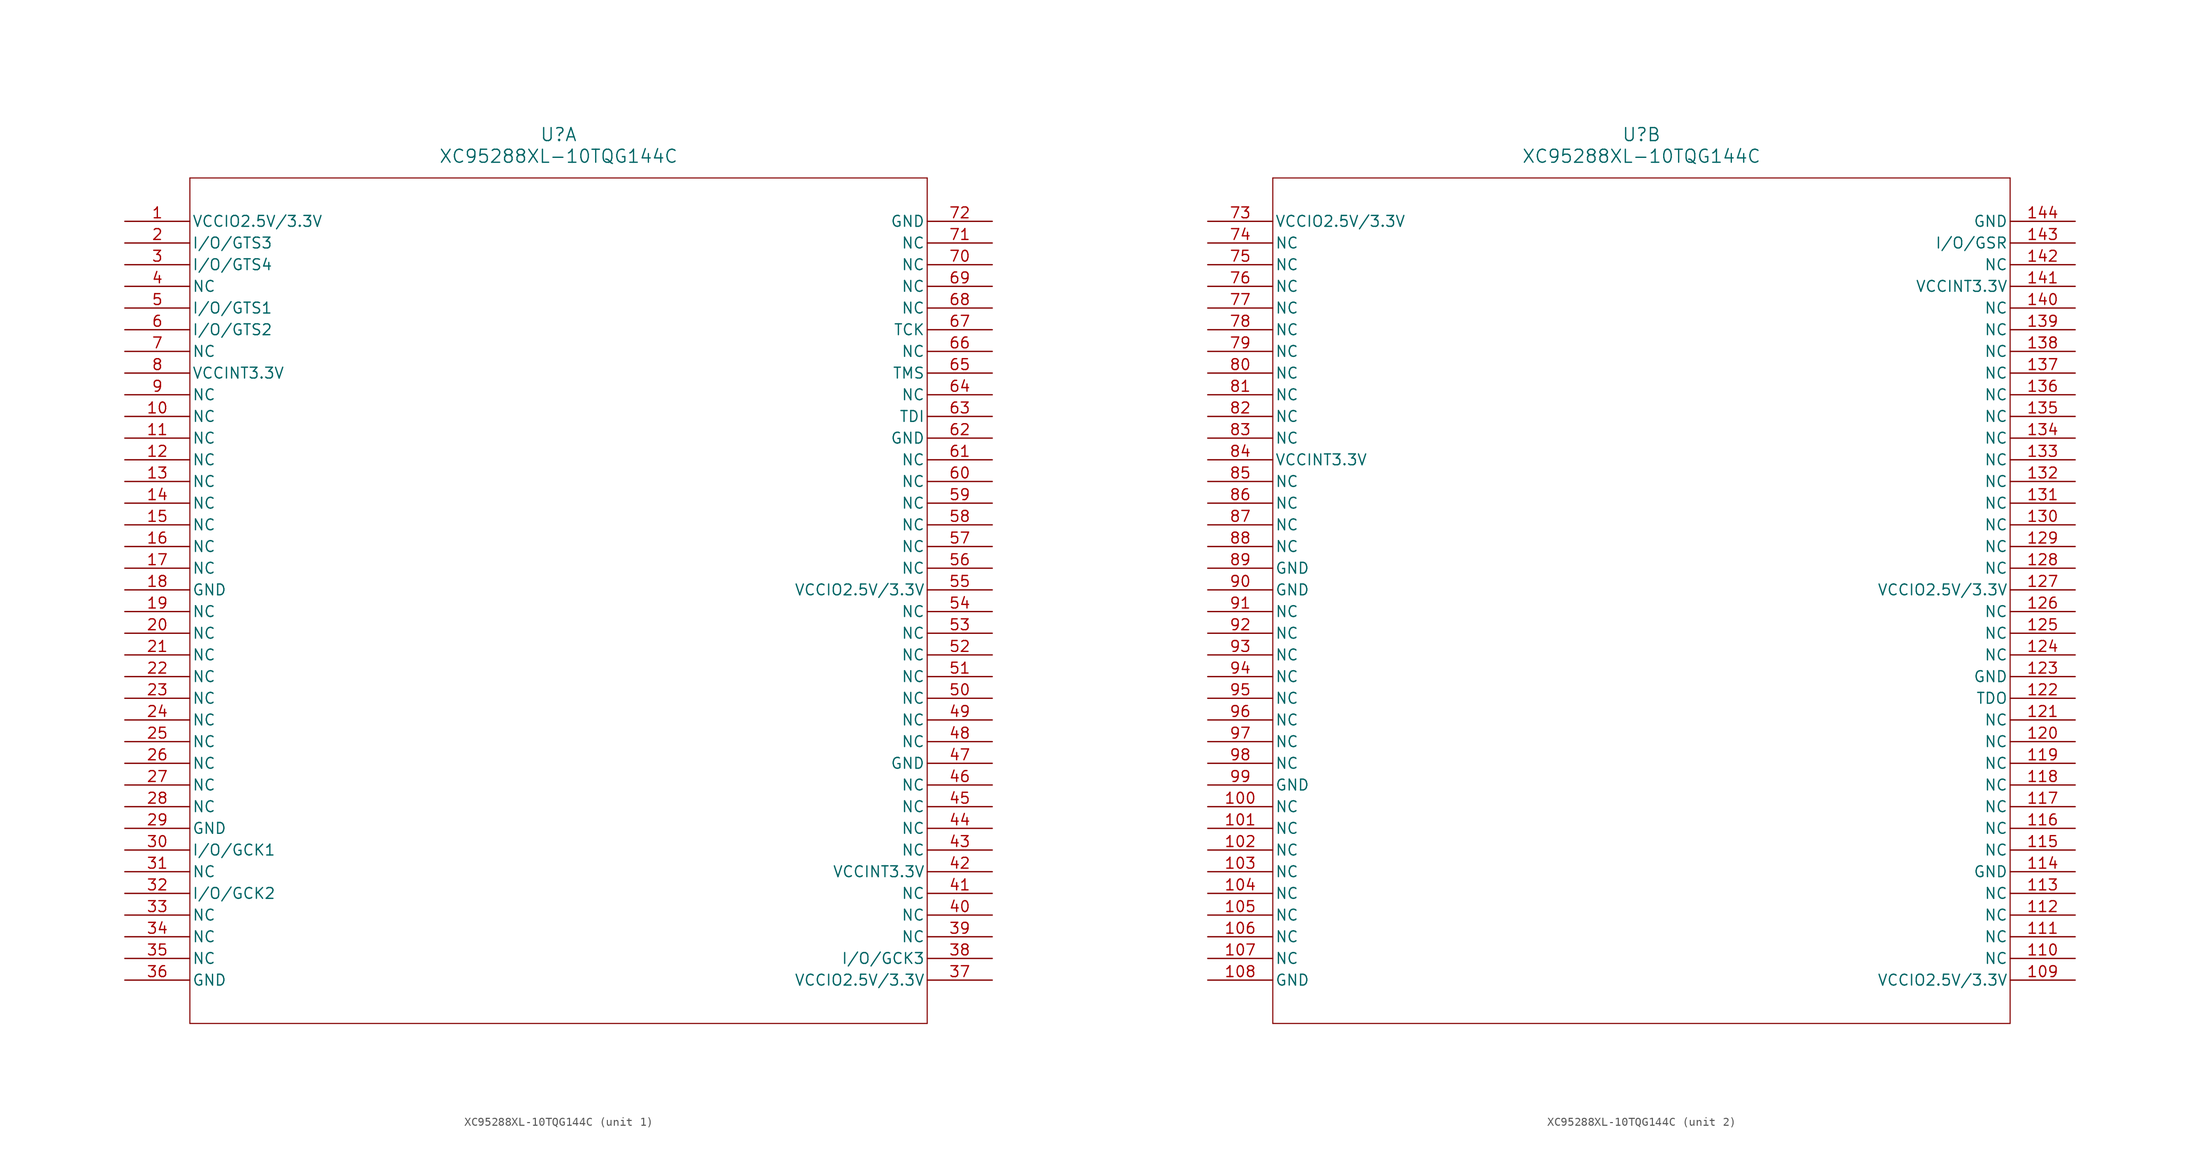
<source format=kicad_sym>
(kicad_symbol_lib
  (version 20241209)
  (generator "kicad_symbol_editor")
  (generator_version "9.0")
  (symbol "XC95288XL-10TQG144C"
    (pin_names
      (offset 0.254))
    (property "Reference" "U"
      (at 50.8 10.16 0)
      (effects (font (size 1.524 1.524))))
    (property "Value" "XC95288XL-10TQG144C"
      (at 50.8 7.62 0)
      (effects (font (size 1.524 1.524))))
    (property "ki_locked" ""
      (at 0 0 0)
      (effects (font (size 1.27 1.27))))
    (symbol "XC95288XL-10TQG144C_1_1"
      (polyline (pts (xy 7.62 5.08) (xy 7.62 -93.98)) (stroke (width 0.127) (type default)) (fill (type none)))
      (polyline (pts (xy 7.62 -93.98) (xy 93.98 -93.98)) (stroke (width 0.127) (type default)) (fill (type none)))
      (polyline (pts (xy 93.98 5.08) (xy 7.62 5.08)) (stroke (width 0.127) (type default)) (fill (type none)))
      (polyline (pts (xy 93.98 -93.98) (xy 93.98 5.08)) (stroke (width 0.127) (type default)) (fill (type none)))
      (pin power_in line (at 0 0 0) (length 7.62) (name "VCCIO2.5V/3.3V" (effects (font (size 1.27 1.27)))) (number "1" (effects (font (size 1.27 1.27)))))
      (pin bidirectional line (at 0 -2.54 0) (length 7.62) (name "I/O/GTS3" (effects (font (size 1.27 1.27)))) (number "2" (effects (font (size 1.27 1.27)))))
      (pin bidirectional line (at 0 -5.08 0) (length 7.62) (name "I/O/GTS4" (effects (font (size 1.27 1.27)))) (number "3" (effects (font (size 1.27 1.27)))))
      (pin unspecified line (at 0 -7.62 0) (length 7.62) (name "NC" (effects (font (size 1.27 1.27)))) (number "4" (effects (font (size 1.27 1.27)))))
      (pin bidirectional line (at 0 -10.16 0) (length 7.62) (name "I/O/GTS1" (effects (font (size 1.27 1.27)))) (number "5" (effects (font (size 1.27 1.27)))))
      (pin bidirectional line (at 0 -12.7 0) (length 7.62) (name "I/O/GTS2" (effects (font (size 1.27 1.27)))) (number "6" (effects (font (size 1.27 1.27)))))
      (pin unspecified line (at 0 -15.24 0) (length 7.62) (name "NC" (effects (font (size 1.27 1.27)))) (number "7" (effects (font (size 1.27 1.27)))))
      (pin power_in line (at 0 -17.78 0) (length 7.62) (name "VCCINT3.3V" (effects (font (size 1.27 1.27)))) (number "8" (effects (font (size 1.27 1.27)))))
      (pin unspecified line (at 0 -20.32 0) (length 7.62) (name "NC" (effects (font (size 1.27 1.27)))) (number "9" (effects (font (size 1.27 1.27)))))
      (pin unspecified line (at 0 -22.86 0) (length 7.62) (name "NC" (effects (font (size 1.27 1.27)))) (number "10" (effects (font (size 1.27 1.27)))))
      (pin unspecified line (at 0 -25.4 0) (length 7.62) (name "NC" (effects (font (size 1.27 1.27)))) (number "11" (effects (font (size 1.27 1.27)))))
      (pin unspecified line (at 0 -27.94 0) (length 7.62) (name "NC" (effects (font (size 1.27 1.27)))) (number "12" (effects (font (size 1.27 1.27)))))
      (pin unspecified line (at 0 -30.48 0) (length 7.62) (name "NC" (effects (font (size 1.27 1.27)))) (number "13" (effects (font (size 1.27 1.27)))))
      (pin unspecified line (at 0 -33.02 0) (length 7.62) (name "NC" (effects (font (size 1.27 1.27)))) (number "14" (effects (font (size 1.27 1.27)))))
      (pin unspecified line (at 0 -35.56 0) (length 7.62) (name "NC" (effects (font (size 1.27 1.27)))) (number "15" (effects (font (size 1.27 1.27)))))
      (pin unspecified line (at 0 -38.1 0) (length 7.62) (name "NC" (effects (font (size 1.27 1.27)))) (number "16" (effects (font (size 1.27 1.27)))))
      (pin unspecified line (at 0 -40.64 0) (length 7.62) (name "NC" (effects (font (size 1.27 1.27)))) (number "17" (effects (font (size 1.27 1.27)))))
      (pin power_in line (at 0 -43.18 0) (length 7.62) (name "GND" (effects (font (size 1.27 1.27)))) (number "18" (effects (font (size 1.27 1.27)))))
      (pin unspecified line (at 0 -45.72 0) (length 7.62) (name "NC" (effects (font (size 1.27 1.27)))) (number "19" (effects (font (size 1.27 1.27)))))
      (pin unspecified line (at 0 -48.26 0) (length 7.62) (name "NC" (effects (font (size 1.27 1.27)))) (number "20" (effects (font (size 1.27 1.27)))))
      (pin unspecified line (at 0 -50.8 0) (length 7.62) (name "NC" (effects (font (size 1.27 1.27)))) (number "21" (effects (font (size 1.27 1.27)))))
      (pin unspecified line (at 0 -53.34 0) (length 7.62) (name "NC" (effects (font (size 1.27 1.27)))) (number "22" (effects (font (size 1.27 1.27)))))
      (pin unspecified line (at 0 -55.88 0) (length 7.62) (name "NC" (effects (font (size 1.27 1.27)))) (number "23" (effects (font (size 1.27 1.27)))))
      (pin unspecified line (at 0 -58.42 0) (length 7.62) (name "NC" (effects (font (size 1.27 1.27)))) (number "24" (effects (font (size 1.27 1.27)))))
      (pin unspecified line (at 0 -60.96 0) (length 7.62) (name "NC" (effects (font (size 1.27 1.27)))) (number "25" (effects (font (size 1.27 1.27)))))
      (pin unspecified line (at 0 -63.5 0) (length 7.62) (name "NC" (effects (font (size 1.27 1.27)))) (number "26" (effects (font (size 1.27 1.27)))))
      (pin unspecified line (at 0 -66.04 0) (length 7.62) (name "NC" (effects (font (size 1.27 1.27)))) (number "27" (effects (font (size 1.27 1.27)))))
      (pin unspecified line (at 0 -68.58 0) (length 7.62) (name "NC" (effects (font (size 1.27 1.27)))) (number "28" (effects (font (size 1.27 1.27)))))
      (pin power_in line (at 0 -71.12 0) (length 7.62) (name "GND" (effects (font (size 1.27 1.27)))) (number "29" (effects (font (size 1.27 1.27)))))
      (pin bidirectional line (at 0 -73.66 0) (length 7.62) (name "I/O/GCK1" (effects (font (size 1.27 1.27)))) (number "30" (effects (font (size 1.27 1.27)))))
      (pin unspecified line (at 0 -76.2 0) (length 7.62) (name "NC" (effects (font (size 1.27 1.27)))) (number "31" (effects (font (size 1.27 1.27)))))
      (pin bidirectional line (at 0 -78.74 0) (length 7.62) (name "I/O/GCK2" (effects (font (size 1.27 1.27)))) (number "32" (effects (font (size 1.27 1.27)))))
      (pin unspecified line (at 0 -81.28 0) (length 7.62) (name "NC" (effects (font (size 1.27 1.27)))) (number "33" (effects (font (size 1.27 1.27)))))
      (pin unspecified line (at 0 -83.82 0) (length 7.62) (name "NC" (effects (font (size 1.27 1.27)))) (number "34" (effects (font (size 1.27 1.27)))))
      (pin unspecified line (at 0 -86.36 0) (length 7.62) (name "NC" (effects (font (size 1.27 1.27)))) (number "35" (effects (font (size 1.27 1.27)))))
      (pin power_in line (at 0 -88.9 0) (length 7.62) (name "GND" (effects (font (size 1.27 1.27)))) (number "36" (effects (font (size 1.27 1.27)))))
      (pin power_in line (at 101.6 0 180) (length 7.62) (name "GND" (effects (font (size 1.27 1.27)))) (number "72" (effects (font (size 1.27 1.27)))))
      (pin unspecified line (at 101.6 -2.54 180) (length 7.62) (name "NC" (effects (font (size 1.27 1.27)))) (number "71" (effects (font (size 1.27 1.27)))))
      (pin unspecified line (at 101.6 -5.08 180) (length 7.62) (name "NC" (effects (font (size 1.27 1.27)))) (number "70" (effects (font (size 1.27 1.27)))))
      (pin unspecified line (at 101.6 -7.62 180) (length 7.62) (name "NC" (effects (font (size 1.27 1.27)))) (number "69" (effects (font (size 1.27 1.27)))))
      (pin unspecified line (at 101.6 -10.16 180) (length 7.62) (name "NC" (effects (font (size 1.27 1.27)))) (number "68" (effects (font (size 1.27 1.27)))))
      (pin unspecified line (at 101.6 -12.7 180) (length 7.62) (name "TCK" (effects (font (size 1.27 1.27)))) (number "67" (effects (font (size 1.27 1.27)))))
      (pin unspecified line (at 101.6 -15.24 180) (length 7.62) (name "NC" (effects (font (size 1.27 1.27)))) (number "66" (effects (font (size 1.27 1.27)))))
      (pin unspecified line (at 101.6 -17.78 180) (length 7.62) (name "TMS" (effects (font (size 1.27 1.27)))) (number "65" (effects (font (size 1.27 1.27)))))
      (pin unspecified line (at 101.6 -20.32 180) (length 7.62) (name "NC" (effects (font (size 1.27 1.27)))) (number "64" (effects (font (size 1.27 1.27)))))
      (pin unspecified line (at 101.6 -22.86 180) (length 7.62) (name "TDI" (effects (font (size 1.27 1.27)))) (number "63" (effects (font (size 1.27 1.27)))))
      (pin power_in line (at 101.6 -25.4 180) (length 7.62) (name "GND" (effects (font (size 1.27 1.27)))) (number "62" (effects (font (size 1.27 1.27)))))
      (pin unspecified line (at 101.6 -27.94 180) (length 7.62) (name "NC" (effects (font (size 1.27 1.27)))) (number "61" (effects (font (size 1.27 1.27)))))
      (pin unspecified line (at 101.6 -30.48 180) (length 7.62) (name "NC" (effects (font (size 1.27 1.27)))) (number "60" (effects (font (size 1.27 1.27)))))
      (pin unspecified line (at 101.6 -33.02 180) (length 7.62) (name "NC" (effects (font (size 1.27 1.27)))) (number "59" (effects (font (size 1.27 1.27)))))
      (pin unspecified line (at 101.6 -35.56 180) (length 7.62) (name "NC" (effects (font (size 1.27 1.27)))) (number "58" (effects (font (size 1.27 1.27)))))
      (pin unspecified line (at 101.6 -38.1 180) (length 7.62) (name "NC" (effects (font (size 1.27 1.27)))) (number "57" (effects (font (size 1.27 1.27)))))
      (pin unspecified line (at 101.6 -40.64 180) (length 7.62) (name "NC" (effects (font (size 1.27 1.27)))) (number "56" (effects (font (size 1.27 1.27)))))
      (pin power_in line (at 101.6 -43.18 180) (length 7.62) (name "VCCIO2.5V/3.3V" (effects (font (size 1.27 1.27)))) (number "55" (effects (font (size 1.27 1.27)))))
      (pin unspecified line (at 101.6 -45.72 180) (length 7.62) (name "NC" (effects (font (size 1.27 1.27)))) (number "54" (effects (font (size 1.27 1.27)))))
      (pin unspecified line (at 101.6 -48.26 180) (length 7.62) (name "NC" (effects (font (size 1.27 1.27)))) (number "53" (effects (font (size 1.27 1.27)))))
      (pin unspecified line (at 101.6 -50.8 180) (length 7.62) (name "NC" (effects (font (size 1.27 1.27)))) (number "52" (effects (font (size 1.27 1.27)))))
      (pin unspecified line (at 101.6 -53.34 180) (length 7.62) (name "NC" (effects (font (size 1.27 1.27)))) (number "51" (effects (font (size 1.27 1.27)))))
      (pin unspecified line (at 101.6 -55.88 180) (length 7.62) (name "NC" (effects (font (size 1.27 1.27)))) (number "50" (effects (font (size 1.27 1.27)))))
      (pin unspecified line (at 101.6 -58.42 180) (length 7.62) (name "NC" (effects (font (size 1.27 1.27)))) (number "49" (effects (font (size 1.27 1.27)))))
      (pin unspecified line (at 101.6 -60.96 180) (length 7.62) (name "NC" (effects (font (size 1.27 1.27)))) (number "48" (effects (font (size 1.27 1.27)))))
      (pin power_in line (at 101.6 -63.5 180) (length 7.62) (name "GND" (effects (font (size 1.27 1.27)))) (number "47" (effects (font (size 1.27 1.27)))))
      (pin unspecified line (at 101.6 -66.04 180) (length 7.62) (name "NC" (effects (font (size 1.27 1.27)))) (number "46" (effects (font (size 1.27 1.27)))))
      (pin unspecified line (at 101.6 -68.58 180) (length 7.62) (name "NC" (effects (font (size 1.27 1.27)))) (number "45" (effects (font (size 1.27 1.27)))))
      (pin unspecified line (at 101.6 -71.12 180) (length 7.62) (name "NC" (effects (font (size 1.27 1.27)))) (number "44" (effects (font (size 1.27 1.27)))))
      (pin unspecified line (at 101.6 -73.66 180) (length 7.62) (name "NC" (effects (font (size 1.27 1.27)))) (number "43" (effects (font (size 1.27 1.27)))))
      (pin power_in line (at 101.6 -76.2 180) (length 7.62) (name "VCCINT3.3V" (effects (font (size 1.27 1.27)))) (number "42" (effects (font (size 1.27 1.27)))))
      (pin unspecified line (at 101.6 -78.74 180) (length 7.62) (name "NC" (effects (font (size 1.27 1.27)))) (number "41" (effects (font (size 1.27 1.27)))))
      (pin unspecified line (at 101.6 -81.28 180) (length 7.62) (name "NC" (effects (font (size 1.27 1.27)))) (number "40" (effects (font (size 1.27 1.27)))))
      (pin unspecified line (at 101.6 -83.82 180) (length 7.62) (name "NC" (effects (font (size 1.27 1.27)))) (number "39" (effects (font (size 1.27 1.27)))))
      (pin bidirectional line (at 101.6 -86.36 180) (length 7.62) (name "I/O/GCK3" (effects (font (size 1.27 1.27)))) (number "38" (effects (font (size 1.27 1.27)))))
      (pin power_in line (at 101.6 -88.9 180) (length 7.62) (name "VCCIO2.5V/3.3V" (effects (font (size 1.27 1.27)))) (number "37" (effects (font (size 1.27 1.27))))))
    (symbol "XC95288XL-10TQG144C_2_1"
      (polyline (pts (xy 7.62 5.08) (xy 7.62 -93.98)) (stroke (width 0.127) (type default)) (fill (type none)))
      (polyline (pts (xy 7.62 -93.98) (xy 93.98 -93.98)) (stroke (width 0.127) (type default)) (fill (type none)))
      (polyline (pts (xy 93.98 5.08) (xy 7.62 5.08)) (stroke (width 0.127) (type default)) (fill (type none)))
      (polyline (pts (xy 93.98 -93.98) (xy 93.98 5.08)) (stroke (width 0.127) (type default)) (fill (type none)))
      (pin power_in line (at 0 0 0) (length 7.62) (name "VCCIO2.5V/3.3V" (effects (font (size 1.27 1.27)))) (number "73" (effects (font (size 1.27 1.27)))))
      (pin unspecified line (at 0 -2.54 0) (length 7.62) (name "NC" (effects (font (size 1.27 1.27)))) (number "74" (effects (font (size 1.27 1.27)))))
      (pin unspecified line (at 0 -5.08 0) (length 7.62) (name "NC" (effects (font (size 1.27 1.27)))) (number "75" (effects (font (size 1.27 1.27)))))
      (pin unspecified line (at 0 -7.62 0) (length 7.62) (name "NC" (effects (font (size 1.27 1.27)))) (number "76" (effects (font (size 1.27 1.27)))))
      (pin unspecified line (at 0 -10.16 0) (length 7.62) (name "NC" (effects (font (size 1.27 1.27)))) (number "77" (effects (font (size 1.27 1.27)))))
      (pin unspecified line (at 0 -12.7 0) (length 7.62) (name "NC" (effects (font (size 1.27 1.27)))) (number "78" (effects (font (size 1.27 1.27)))))
      (pin unspecified line (at 0 -15.24 0) (length 7.62) (name "NC" (effects (font (size 1.27 1.27)))) (number "79" (effects (font (size 1.27 1.27)))))
      (pin unspecified line (at 0 -17.78 0) (length 7.62) (name "NC" (effects (font (size 1.27 1.27)))) (number "80" (effects (font (size 1.27 1.27)))))
      (pin unspecified line (at 0 -20.32 0) (length 7.62) (name "NC" (effects (font (size 1.27 1.27)))) (number "81" (effects (font (size 1.27 1.27)))))
      (pin unspecified line (at 0 -22.86 0) (length 7.62) (name "NC" (effects (font (size 1.27 1.27)))) (number "82" (effects (font (size 1.27 1.27)))))
      (pin unspecified line (at 0 -25.4 0) (length 7.62) (name "NC" (effects (font (size 1.27 1.27)))) (number "83" (effects (font (size 1.27 1.27)))))
      (pin power_in line (at 0 -27.94 0) (length 7.62) (name "VCCINT3.3V" (effects (font (size 1.27 1.27)))) (number "84" (effects (font (size 1.27 1.27)))))
      (pin unspecified line (at 0 -30.48 0) (length 7.62) (name "NC" (effects (font (size 1.27 1.27)))) (number "85" (effects (font (size 1.27 1.27)))))
      (pin unspecified line (at 0 -33.02 0) (length 7.62) (name "NC" (effects (font (size 1.27 1.27)))) (number "86" (effects (font (size 1.27 1.27)))))
      (pin unspecified line (at 0 -35.56 0) (length 7.62) (name "NC" (effects (font (size 1.27 1.27)))) (number "87" (effects (font (size 1.27 1.27)))))
      (pin unspecified line (at 0 -38.1 0) (length 7.62) (name "NC" (effects (font (size 1.27 1.27)))) (number "88" (effects (font (size 1.27 1.27)))))
      (pin power_in line (at 0 -40.64 0) (length 7.62) (name "GND" (effects (font (size 1.27 1.27)))) (number "89" (effects (font (size 1.27 1.27)))))
      (pin power_in line (at 0 -43.18 0) (length 7.62) (name "GND" (effects (font (size 1.27 1.27)))) (number "90" (effects (font (size 1.27 1.27)))))
      (pin unspecified line (at 0 -45.72 0) (length 7.62) (name "NC" (effects (font (size 1.27 1.27)))) (number "91" (effects (font (size 1.27 1.27)))))
      (pin unspecified line (at 0 -48.26 0) (length 7.62) (name "NC" (effects (font (size 1.27 1.27)))) (number "92" (effects (font (size 1.27 1.27)))))
      (pin unspecified line (at 0 -50.8 0) (length 7.62) (name "NC" (effects (font (size 1.27 1.27)))) (number "93" (effects (font (size 1.27 1.27)))))
      (pin unspecified line (at 0 -53.34 0) (length 7.62) (name "NC" (effects (font (size 1.27 1.27)))) (number "94" (effects (font (size 1.27 1.27)))))
      (pin unspecified line (at 0 -55.88 0) (length 7.62) (name "NC" (effects (font (size 1.27 1.27)))) (number "95" (effects (font (size 1.27 1.27)))))
      (pin unspecified line (at 0 -58.42 0) (length 7.62) (name "NC" (effects (font (size 1.27 1.27)))) (number "96" (effects (font (size 1.27 1.27)))))
      (pin unspecified line (at 0 -60.96 0) (length 7.62) (name "NC" (effects (font (size 1.27 1.27)))) (number "97" (effects (font (size 1.27 1.27)))))
      (pin unspecified line (at 0 -63.5 0) (length 7.62) (name "NC" (effects (font (size 1.27 1.27)))) (number "98" (effects (font (size 1.27 1.27)))))
      (pin power_in line (at 0 -66.04 0) (length 7.62) (name "GND" (effects (font (size 1.27 1.27)))) (number "99" (effects (font (size 1.27 1.27)))))
      (pin unspecified line (at 0 -68.58 0) (length 7.62) (name "NC" (effects (font (size 1.27 1.27)))) (number "100" (effects (font (size 1.27 1.27)))))
      (pin unspecified line (at 0 -71.12 0) (length 7.62) (name "NC" (effects (font (size 1.27 1.27)))) (number "101" (effects (font (size 1.27 1.27)))))
      (pin unspecified line (at 0 -73.66 0) (length 7.62) (name "NC" (effects (font (size 1.27 1.27)))) (number "102" (effects (font (size 1.27 1.27)))))
      (pin unspecified line (at 0 -76.2 0) (length 7.62) (name "NC" (effects (font (size 1.27 1.27)))) (number "103" (effects (font (size 1.27 1.27)))))
      (pin unspecified line (at 0 -78.74 0) (length 7.62) (name "NC" (effects (font (size 1.27 1.27)))) (number "104" (effects (font (size 1.27 1.27)))))
      (pin unspecified line (at 0 -81.28 0) (length 7.62) (name "NC" (effects (font (size 1.27 1.27)))) (number "105" (effects (font (size 1.27 1.27)))))
      (pin unspecified line (at 0 -83.82 0) (length 7.62) (name "NC" (effects (font (size 1.27 1.27)))) (number "106" (effects (font (size 1.27 1.27)))))
      (pin unspecified line (at 0 -86.36 0) (length 7.62) (name "NC" (effects (font (size 1.27 1.27)))) (number "107" (effects (font (size 1.27 1.27)))))
      (pin power_in line (at 0 -88.9 0) (length 7.62) (name "GND" (effects (font (size 1.27 1.27)))) (number "108" (effects (font (size 1.27 1.27)))))
      (pin power_in line (at 101.6 0 180) (length 7.62) (name "GND" (effects (font (size 1.27 1.27)))) (number "144" (effects (font (size 1.27 1.27)))))
      (pin bidirectional line (at 101.6 -2.54 180) (length 7.62) (name "I/O/GSR" (effects (font (size 1.27 1.27)))) (number "143" (effects (font (size 1.27 1.27)))))
      (pin unspecified line (at 101.6 -5.08 180) (length 7.62) (name "NC" (effects (font (size 1.27 1.27)))) (number "142" (effects (font (size 1.27 1.27)))))
      (pin power_in line (at 101.6 -7.62 180) (length 7.62) (name "VCCINT3.3V" (effects (font (size 1.27 1.27)))) (number "141" (effects (font (size 1.27 1.27)))))
      (pin unspecified line (at 101.6 -10.16 180) (length 7.62) (name "NC" (effects (font (size 1.27 1.27)))) (number "140" (effects (font (size 1.27 1.27)))))
      (pin unspecified line (at 101.6 -12.7 180) (length 7.62) (name "NC" (effects (font (size 1.27 1.27)))) (number "139" (effects (font (size 1.27 1.27)))))
      (pin unspecified line (at 101.6 -15.24 180) (length 7.62) (name "NC" (effects (font (size 1.27 1.27)))) (number "138" (effects (font (size 1.27 1.27)))))
      (pin unspecified line (at 101.6 -17.78 180) (length 7.62) (name "NC" (effects (font (size 1.27 1.27)))) (number "137" (effects (font (size 1.27 1.27)))))
      (pin unspecified line (at 101.6 -20.32 180) (length 7.62) (name "NC" (effects (font (size 1.27 1.27)))) (number "136" (effects (font (size 1.27 1.27)))))
      (pin unspecified line (at 101.6 -22.86 180) (length 7.62) (name "NC" (effects (font (size 1.27 1.27)))) (number "135" (effects (font (size 1.27 1.27)))))
      (pin unspecified line (at 101.6 -25.4 180) (length 7.62) (name "NC" (effects (font (size 1.27 1.27)))) (number "134" (effects (font (size 1.27 1.27)))))
      (pin unspecified line (at 101.6 -27.94 180) (length 7.62) (name "NC" (effects (font (size 1.27 1.27)))) (number "133" (effects (font (size 1.27 1.27)))))
      (pin unspecified line (at 101.6 -30.48 180) (length 7.62) (name "NC" (effects (font (size 1.27 1.27)))) (number "132" (effects (font (size 1.27 1.27)))))
      (pin unspecified line (at 101.6 -33.02 180) (length 7.62) (name "NC" (effects (font (size 1.27 1.27)))) (number "131" (effects (font (size 1.27 1.27)))))
      (pin unspecified line (at 101.6 -35.56 180) (length 7.62) (name "NC" (effects (font (size 1.27 1.27)))) (number "130" (effects (font (size 1.27 1.27)))))
      (pin unspecified line (at 101.6 -38.1 180) (length 7.62) (name "NC" (effects (font (size 1.27 1.27)))) (number "129" (effects (font (size 1.27 1.27)))))
      (pin unspecified line (at 101.6 -40.64 180) (length 7.62) (name "NC" (effects (font (size 1.27 1.27)))) (number "128" (effects (font (size 1.27 1.27)))))
      (pin power_in line (at 101.6 -43.18 180) (length 7.62) (name "VCCIO2.5V/3.3V" (effects (font (size 1.27 1.27)))) (number "127" (effects (font (size 1.27 1.27)))))
      (pin unspecified line (at 101.6 -45.72 180) (length 7.62) (name "NC" (effects (font (size 1.27 1.27)))) (number "126" (effects (font (size 1.27 1.27)))))
      (pin unspecified line (at 101.6 -48.26 180) (length 7.62) (name "NC" (effects (font (size 1.27 1.27)))) (number "125" (effects (font (size 1.27 1.27)))))
      (pin unspecified line (at 101.6 -50.8 180) (length 7.62) (name "NC" (effects (font (size 1.27 1.27)))) (number "124" (effects (font (size 1.27 1.27)))))
      (pin power_in line (at 101.6 -53.34 180) (length 7.62) (name "GND" (effects (font (size 1.27 1.27)))) (number "123" (effects (font (size 1.27 1.27)))))
      (pin unspecified line (at 101.6 -55.88 180) (length 7.62) (name "TDO" (effects (font (size 1.27 1.27)))) (number "122" (effects (font (size 1.27 1.27)))))
      (pin unspecified line (at 101.6 -58.42 180) (length 7.62) (name "NC" (effects (font (size 1.27 1.27)))) (number "121" (effects (font (size 1.27 1.27)))))
      (pin unspecified line (at 101.6 -60.96 180) (length 7.62) (name "NC" (effects (font (size 1.27 1.27)))) (number "120" (effects (font (size 1.27 1.27)))))
      (pin unspecified line (at 101.6 -63.5 180) (length 7.62) (name "NC" (effects (font (size 1.27 1.27)))) (number "119" (effects (font (size 1.27 1.27)))))
      (pin unspecified line (at 101.6 -66.04 180) (length 7.62) (name "NC" (effects (font (size 1.27 1.27)))) (number "118" (effects (font (size 1.27 1.27)))))
      (pin unspecified line (at 101.6 -68.58 180) (length 7.62) (name "NC" (effects (font (size 1.27 1.27)))) (number "117" (effects (font (size 1.27 1.27)))))
      (pin unspecified line (at 101.6 -71.12 180) (length 7.62) (name "NC" (effects (font (size 1.27 1.27)))) (number "116" (effects (font (size 1.27 1.27)))))
      (pin unspecified line (at 101.6 -73.66 180) (length 7.62) (name "NC" (effects (font (size 1.27 1.27)))) (number "115" (effects (font (size 1.27 1.27)))))
      (pin power_in line (at 101.6 -76.2 180) (length 7.62) (name "GND" (effects (font (size 1.27 1.27)))) (number "114" (effects (font (size 1.27 1.27)))))
      (pin unspecified line (at 101.6 -78.74 180) (length 7.62) (name "NC" (effects (font (size 1.27 1.27)))) (number "113" (effects (font (size 1.27 1.27)))))
      (pin unspecified line (at 101.6 -81.28 180) (length 7.62) (name "NC" (effects (font (size 1.27 1.27)))) (number "112" (effects (font (size 1.27 1.27)))))
      (pin unspecified line (at 101.6 -83.82 180) (length 7.62) (name "NC" (effects (font (size 1.27 1.27)))) (number "111" (effects (font (size 1.27 1.27)))))
      (pin unspecified line (at 101.6 -86.36 180) (length 7.62) (name "NC" (effects (font (size 1.27 1.27)))) (number "110" (effects (font (size 1.27 1.27)))))
      (pin power_in line (at 101.6 -88.9 180) (length 7.62) (name "VCCIO2.5V/3.3V" (effects (font (size 1.27 1.27)))) (number "109" (effects (font (size 1.27 1.27))))))))
</source>
